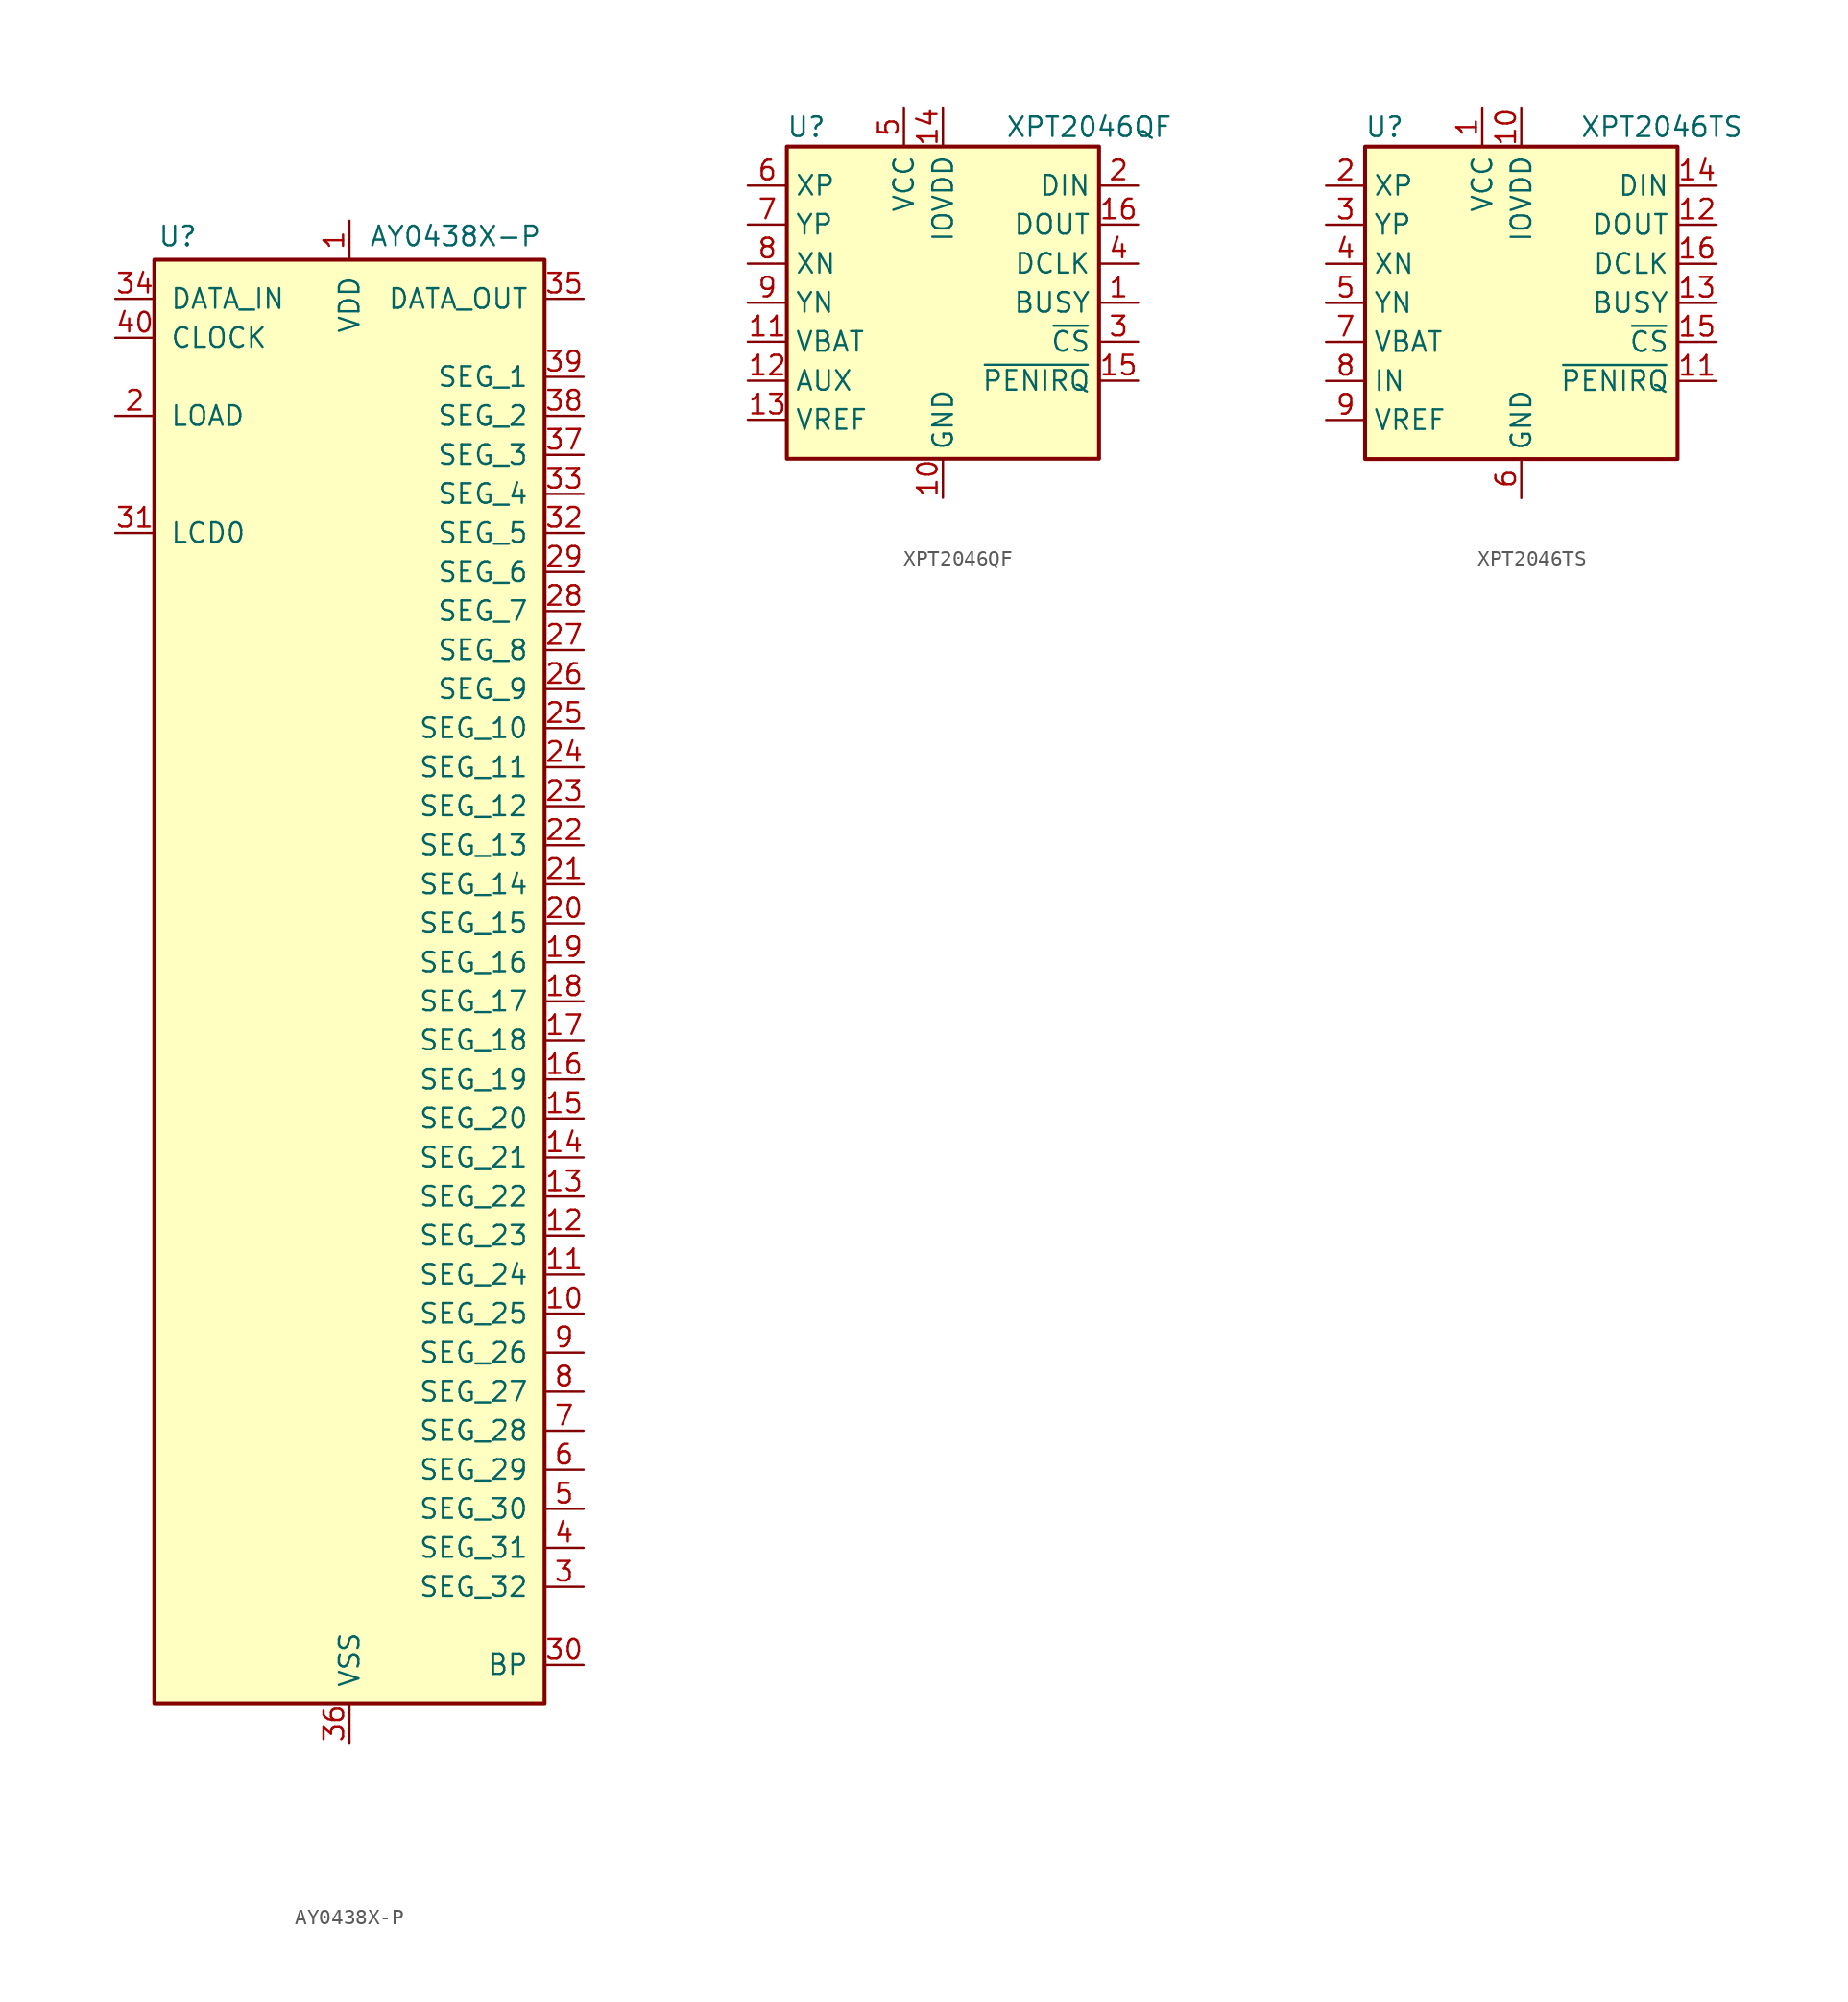
<source format=kicad_sym>
(kicad_symbol_lib
  (version 20201005)
  (generator kicad_symbol_editor)
  (symbol "Driver_Display:AY0438X-P"
    (pin_names
      (offset 1.016))
    (property "Reference" "U"
      (at -11.176 47.244 0)
      (effects (font (size 1.27 1.27))))
    (property "Value" "AY0438X-P"
      (at 1.27 47.244 0)
      (effects (font (size 1.27 1.27)) (justify left)))
    (symbol "AY0438X-P_0_1"
      (rectangle (start -12.7 45.72) (end 12.7 -48.26) (stroke (width 0.254)) (fill (type background))))
    (symbol "AY0438X-P_1_1"
      (pin power_in line (at 0 48.26 270) (length 2.54) (name "VDD" (effects (font (size 1.27 1.27)))) (number "1" (effects (font (size 1.27 1.27)))))
      (pin output line (at 15.24 -22.86 180) (length 2.54) (name "SEG_25" (effects (font (size 1.27 1.27)))) (number "10" (effects (font (size 1.27 1.27)))))
      (pin output line (at 15.24 -20.32 180) (length 2.54) (name "SEG_24" (effects (font (size 1.27 1.27)))) (number "11" (effects (font (size 1.27 1.27)))))
      (pin output line (at 15.24 -17.78 180) (length 2.54) (name "SEG_23" (effects (font (size 1.27 1.27)))) (number "12" (effects (font (size 1.27 1.27)))))
      (pin output line (at 15.24 -15.24 180) (length 2.54) (name "SEG_22" (effects (font (size 1.27 1.27)))) (number "13" (effects (font (size 1.27 1.27)))))
      (pin output line (at 15.24 -12.7 180) (length 2.54) (name "SEG_21" (effects (font (size 1.27 1.27)))) (number "14" (effects (font (size 1.27 1.27)))))
      (pin output line (at 15.24 -10.16 180) (length 2.54) (name "SEG_20" (effects (font (size 1.27 1.27)))) (number "15" (effects (font (size 1.27 1.27)))))
      (pin output line (at 15.24 -7.62 180) (length 2.54) (name "SEG_19" (effects (font (size 1.27 1.27)))) (number "16" (effects (font (size 1.27 1.27)))))
      (pin output line (at 15.24 -5.08 180) (length 2.54) (name "SEG_18" (effects (font (size 1.27 1.27)))) (number "17" (effects (font (size 1.27 1.27)))))
      (pin output line (at 15.24 -2.54 180) (length 2.54) (name "SEG_17" (effects (font (size 1.27 1.27)))) (number "18" (effects (font (size 1.27 1.27)))))
      (pin output line (at 15.24 0 180) (length 2.54) (name "SEG_16" (effects (font (size 1.27 1.27)))) (number "19" (effects (font (size 1.27 1.27)))))
      (pin input line (at -15.24 35.56 0) (length 2.54) (name "LOAD" (effects (font (size 1.27 1.27)))) (number "2" (effects (font (size 1.27 1.27)))))
      (pin output line (at 15.24 2.54 180) (length 2.54) (name "SEG_15" (effects (font (size 1.27 1.27)))) (number "20" (effects (font (size 1.27 1.27)))))
      (pin output line (at 15.24 5.08 180) (length 2.54) (name "SEG_14" (effects (font (size 1.27 1.27)))) (number "21" (effects (font (size 1.27 1.27)))))
      (pin output line (at 15.24 7.62 180) (length 2.54) (name "SEG_13" (effects (font (size 1.27 1.27)))) (number "22" (effects (font (size 1.27 1.27)))))
      (pin output line (at 15.24 10.16 180) (length 2.54) (name "SEG_12" (effects (font (size 1.27 1.27)))) (number "23" (effects (font (size 1.27 1.27)))))
      (pin output line (at 15.24 12.7 180) (length 2.54) (name "SEG_11" (effects (font (size 1.27 1.27)))) (number "24" (effects (font (size 1.27 1.27)))))
      (pin output line (at 15.24 15.24 180) (length 2.54) (name "SEG_10" (effects (font (size 1.27 1.27)))) (number "25" (effects (font (size 1.27 1.27)))))
      (pin output line (at 15.24 17.78 180) (length 2.54) (name "SEG_9" (effects (font (size 1.27 1.27)))) (number "26" (effects (font (size 1.27 1.27)))))
      (pin output line (at 15.24 20.32 180) (length 2.54) (name "SEG_8" (effects (font (size 1.27 1.27)))) (number "27" (effects (font (size 1.27 1.27)))))
      (pin output line (at 15.24 22.86 180) (length 2.54) (name "SEG_7" (effects (font (size 1.27 1.27)))) (number "28" (effects (font (size 1.27 1.27)))))
      (pin output line (at 15.24 25.4 180) (length 2.54) (name "SEG_6" (effects (font (size 1.27 1.27)))) (number "29" (effects (font (size 1.27 1.27)))))
      (pin output line (at 15.24 -40.64 180) (length 2.54) (name "SEG_32" (effects (font (size 1.27 1.27)))) (number "3" (effects (font (size 1.27 1.27)))))
      (pin output line (at 15.24 -45.72 180) (length 2.54) (name "BP" (effects (font (size 1.27 1.27)))) (number "30" (effects (font (size 1.27 1.27)))))
      (pin input line (at -15.24 27.94 0) (length 2.54) (name "LCD0" (effects (font (size 1.27 1.27)))) (number "31" (effects (font (size 1.27 1.27)))))
      (pin output line (at 15.24 27.94 180) (length 2.54) (name "SEG_5" (effects (font (size 1.27 1.27)))) (number "32" (effects (font (size 1.27 1.27)))))
      (pin output line (at 15.24 30.48 180) (length 2.54) (name "SEG_4" (effects (font (size 1.27 1.27)))) (number "33" (effects (font (size 1.27 1.27)))))
      (pin input line (at -15.24 43.18 0) (length 2.54) (name "DATA_IN" (effects (font (size 1.27 1.27)))) (number "34" (effects (font (size 1.27 1.27)))))
      (pin output line (at 15.24 43.18 180) (length 2.54) (name "DATA_OUT" (effects (font (size 1.27 1.27)))) (number "35" (effects (font (size 1.27 1.27)))))
      (pin power_in line (at 0 -50.8 90) (length 2.54) (name "VSS" (effects (font (size 1.27 1.27)))) (number "36" (effects (font (size 1.27 1.27)))))
      (pin output line (at 15.24 33.02 180) (length 2.54) (name "SEG_3" (effects (font (size 1.27 1.27)))) (number "37" (effects (font (size 1.27 1.27)))))
      (pin output line (at 15.24 35.56 180) (length 2.54) (name "SEG_2" (effects (font (size 1.27 1.27)))) (number "38" (effects (font (size 1.27 1.27)))))
      (pin output line (at 15.24 38.1 180) (length 2.54) (name "SEG_1" (effects (font (size 1.27 1.27)))) (number "39" (effects (font (size 1.27 1.27)))))
      (pin output line (at 15.24 -38.1 180) (length 2.54) (name "SEG_31" (effects (font (size 1.27 1.27)))) (number "4" (effects (font (size 1.27 1.27)))))
      (pin input line (at -15.24 40.64 0) (length 2.54) (name "CLOCK" (effects (font (size 1.27 1.27)))) (number "40" (effects (font (size 1.27 1.27)))))
      (pin output line (at 15.24 -35.56 180) (length 2.54) (name "SEG_30" (effects (font (size 1.27 1.27)))) (number "5" (effects (font (size 1.27 1.27)))))
      (pin output line (at 15.24 -33.02 180) (length 2.54) (name "SEG_29" (effects (font (size 1.27 1.27)))) (number "6" (effects (font (size 1.27 1.27)))))
      (pin output line (at 15.24 -30.48 180) (length 2.54) (name "SEG_28" (effects (font (size 1.27 1.27)))) (number "7" (effects (font (size 1.27 1.27)))))
      (pin output line (at 15.24 -27.94 180) (length 2.54) (name "SEG_27" (effects (font (size 1.27 1.27)))) (number "8" (effects (font (size 1.27 1.27)))))
      (pin output line (at 15.24 -25.4 180) (length 2.54) (name "SEG_26" (effects (font (size 1.27 1.27)))) (number "9" (effects (font (size 1.27 1.27)))))))
  (symbol "Driver_Display:XPT2046QF"
    (property "Reference" "U"
      (at -8.89 11.43 0)
      (effects (font (size 1.27 1.27))))
    (property "Value" "XPT2046QF"
      (at 4.064 11.43 0)
      (effects (font (size 1.27 1.27)) (justify left)))
    (symbol "XPT2046QF_0_1"
      (rectangle (start -10.16 10.16) (end 10.16 -10.16) (stroke (width 0.254)) (fill (type background))))
    (symbol "XPT2046QF_1_1"
      (pin output line (at 12.7 0 180) (length 2.54) (name "BUSY" (effects (font (size 1.27 1.27)))) (number "1" (effects (font (size 1.27 1.27)))))
      (pin power_in line (at 0 -12.7 90) (length 2.54) (name "GND" (effects (font (size 1.27 1.27)))) (number "10" (effects (font (size 1.27 1.27)))))
      (pin power_in line (at -12.7 -2.54 0) (length 2.54) (name "VBAT" (effects (font (size 1.27 1.27)))) (number "11" (effects (font (size 1.27 1.27)))))
      (pin input line (at -12.7 -5.08 0) (length 2.54) (name "AUX" (effects (font (size 1.27 1.27)))) (number "12" (effects (font (size 1.27 1.27)))))
      (pin bidirectional line (at -12.7 -7.62 0) (length 2.54) (name "VREF" (effects (font (size 1.27 1.27)))) (number "13" (effects (font (size 1.27 1.27)))))
      (pin power_in line (at 0 12.7 270) (length 2.54) (name "IOVDD" (effects (font (size 1.27 1.27)))) (number "14" (effects (font (size 1.27 1.27)))))
      (pin open_collector line (at 12.7 -5.08 180) (length 2.54) (name "~PENIRQ" (effects (font (size 1.27 1.27)))) (number "15" (effects (font (size 1.27 1.27)))))
      (pin output line (at 12.7 5.08 180) (length 2.54) (name "DOUT" (effects (font (size 1.27 1.27)))) (number "16" (effects (font (size 1.27 1.27)))))
      (pin no_connect line (at 12.7 -7.62 180) (length 2.54) hide (name "NC" (effects (font (size 1.27 1.27)))) (number "17" (effects (font (size 1.27 1.27)))))
      (pin input line (at 12.7 7.62 180) (length 2.54) (name "DIN" (effects (font (size 1.27 1.27)))) (number "2" (effects (font (size 1.27 1.27)))))
      (pin input line (at 12.7 -2.54 180) (length 2.54) (name "~CS" (effects (font (size 1.27 1.27)))) (number "3" (effects (font (size 1.27 1.27)))))
      (pin input line (at 12.7 2.54 180) (length 2.54) (name "DCLK" (effects (font (size 1.27 1.27)))) (number "4" (effects (font (size 1.27 1.27)))))
      (pin power_in line (at -2.54 12.7 270) (length 2.54) (name "VCC" (effects (font (size 1.27 1.27)))) (number "5" (effects (font (size 1.27 1.27)))))
      (pin input line (at -12.7 7.62 0) (length 2.54) (name "XP" (effects (font (size 1.27 1.27)))) (number "6" (effects (font (size 1.27 1.27)))))
      (pin input line (at -12.7 5.08 0) (length 2.54) (name "YP" (effects (font (size 1.27 1.27)))) (number "7" (effects (font (size 1.27 1.27)))))
      (pin input line (at -12.7 2.54 0) (length 2.54) (name "XN" (effects (font (size 1.27 1.27)))) (number "8" (effects (font (size 1.27 1.27)))))
      (pin input line (at -12.7 0 0) (length 2.54) (name "YN" (effects (font (size 1.27 1.27)))) (number "9" (effects (font (size 1.27 1.27)))))))
  (symbol "Driver_Display:XPT2046TS"
    (property "Reference" "U"
      (at -8.89 11.43 0)
      (effects (font (size 1.27 1.27))))
    (property "Value" "XPT2046TS"
      (at 3.81 11.43 0)
      (effects (font (size 1.27 1.27)) (justify left)))
    (symbol "XPT2046TS_0_1"
      (rectangle (start -10.16 10.16) (end 10.16 -10.16) (stroke (width 0.254)) (fill (type background))))
    (symbol "XPT2046TS_1_1"
      (pin power_in line (at -2.54 12.7 270) (length 2.54) (name "VCC" (effects (font (size 1.27 1.27)))) (number "1" (effects (font (size 1.27 1.27)))))
      (pin power_in line (at 0 12.7 270) (length 2.54) (name "IOVDD" (effects (font (size 1.27 1.27)))) (number "10" (effects (font (size 1.27 1.27)))))
      (pin open_collector line (at 12.7 -5.08 180) (length 2.54) (name "~PENIRQ" (effects (font (size 1.27 1.27)))) (number "11" (effects (font (size 1.27 1.27)))))
      (pin output line (at 12.7 5.08 180) (length 2.54) (name "DOUT" (effects (font (size 1.27 1.27)))) (number "12" (effects (font (size 1.27 1.27)))))
      (pin output line (at 12.7 0 180) (length 2.54) (name "BUSY" (effects (font (size 1.27 1.27)))) (number "13" (effects (font (size 1.27 1.27)))))
      (pin input line (at 12.7 7.62 180) (length 2.54) (name "DIN" (effects (font (size 1.27 1.27)))) (number "14" (effects (font (size 1.27 1.27)))))
      (pin input line (at 12.7 -2.54 180) (length 2.54) (name "~CS" (effects (font (size 1.27 1.27)))) (number "15" (effects (font (size 1.27 1.27)))))
      (pin input line (at 12.7 2.54 180) (length 2.54) (name "DCLK" (effects (font (size 1.27 1.27)))) (number "16" (effects (font (size 1.27 1.27)))))
      (pin input line (at -12.7 7.62 0) (length 2.54) (name "XP" (effects (font (size 1.27 1.27)))) (number "2" (effects (font (size 1.27 1.27)))))
      (pin input line (at -12.7 5.08 0) (length 2.54) (name "YP" (effects (font (size 1.27 1.27)))) (number "3" (effects (font (size 1.27 1.27)))))
      (pin input line (at -12.7 2.54 0) (length 2.54) (name "XN" (effects (font (size 1.27 1.27)))) (number "4" (effects (font (size 1.27 1.27)))))
      (pin input line (at -12.7 0 0) (length 2.54) (name "YN" (effects (font (size 1.27 1.27)))) (number "5" (effects (font (size 1.27 1.27)))))
      (pin power_in line (at 0 -12.7 90) (length 2.54) (name "GND" (effects (font (size 1.27 1.27)))) (number "6" (effects (font (size 1.27 1.27)))))
      (pin power_in line (at -12.7 -2.54 0) (length 2.54) (name "VBAT" (effects (font (size 1.27 1.27)))) (number "7" (effects (font (size 1.27 1.27)))))
      (pin input line (at -12.7 -5.08 0) (length 2.54) (name "IN" (effects (font (size 1.27 1.27)))) (number "8" (effects (font (size 1.27 1.27)))))
      (pin bidirectional line (at -12.7 -7.62 0) (length 2.54) (name "VREF" (effects (font (size 1.27 1.27)))) (number "9" (effects (font (size 1.27 1.27))))))))
</source>
